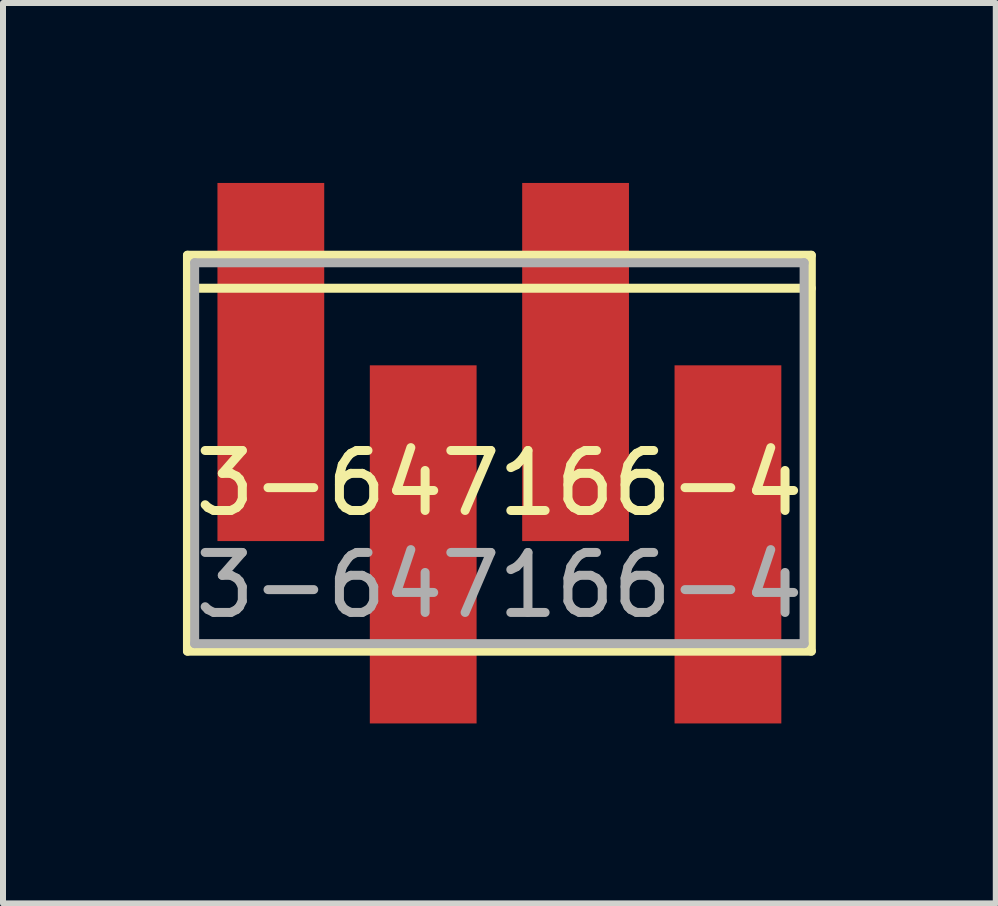
<source format=kicad_pcb>
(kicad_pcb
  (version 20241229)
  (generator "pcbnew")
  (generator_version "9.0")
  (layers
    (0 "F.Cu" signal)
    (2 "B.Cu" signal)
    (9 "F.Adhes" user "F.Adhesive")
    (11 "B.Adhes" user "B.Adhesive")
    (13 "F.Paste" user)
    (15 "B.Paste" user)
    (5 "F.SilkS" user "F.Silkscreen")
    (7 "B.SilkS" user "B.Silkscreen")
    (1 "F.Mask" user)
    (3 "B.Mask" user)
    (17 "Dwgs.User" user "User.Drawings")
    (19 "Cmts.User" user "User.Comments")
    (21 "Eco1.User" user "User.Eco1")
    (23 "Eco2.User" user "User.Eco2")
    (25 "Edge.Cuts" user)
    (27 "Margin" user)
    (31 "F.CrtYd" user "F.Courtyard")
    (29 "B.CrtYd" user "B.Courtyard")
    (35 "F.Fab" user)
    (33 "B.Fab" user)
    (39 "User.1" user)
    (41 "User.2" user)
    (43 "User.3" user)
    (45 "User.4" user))
  (footprint "3-647166-4"
    (layer "F.Cu")
    (at 5.275 4.505)
    (property "Reference" "3-647166-4" (at 0 0.5 0) (layer "F.SilkS") (effects (font (size 1 1) (thickness 0.15))))
    (attr through_hole)
    (fp_line (start -5.2 -3.3) (end 5.2 -3.3) (stroke (width 0.15) (type solid)) (layer "F.SilkS"))
    (fp_line (start -5.2 3.3) (end -5.2 -3.3) (stroke (width 0.15) (type solid)) (layer "F.SilkS"))
    (fp_line (start 5.2 -3.3) (end 5.2 3.3) (stroke (width 0.15) (type solid)) (layer "F.SilkS"))
    (fp_line (start 5.2 -2.75) (end -5.2 -2.75) (stroke (width 0.15) (type solid)) (layer "F.SilkS"))
    (fp_line (start 5.2 3.3) (end -5.2 3.3) (stroke (width 0.15) (type solid)) (layer "F.SilkS"))
    (fp_line (start -5.08 -3.175) (end 5.08 -3.175) (stroke (width 0.15) (type solid)) (layer "F.Fab"))
    (fp_line (start -5.08 3.175) (end -5.08 -3.175) (stroke (width 0.15) (type solid)) (layer "F.Fab"))
    (fp_line (start 5.08 -3.175) (end 5.08 3.175) (stroke (width 0.15) (type solid)) (layer "F.Fab"))
    (fp_line (start 5.08 3.175) (end -5.08 3.175) (stroke (width 0.15) (type solid)) (layer "F.Fab"))
    (fp_text user "${REFERENCE}" (at 0 2.2 0) (layer "F.Fab") (effects (font (size 1 1) (thickness 0.15))))
    (pad "1" smd rect (at 3.81 1.52) (size 1.78 5.97) (layers "F.Cu" "F.Mask" "F.Paste"))
    (pad "2" smd rect (at 1.27 -1.52) (size 1.78 5.97) (layers "F.Cu" "F.Mask" "F.Paste"))
    (pad "3" smd rect (at -1.27 1.52) (size 1.78 5.97) (layers "F.Cu" "F.Mask" "F.Paste"))
    (pad "4" smd rect (at -3.81 -1.52) (size 1.78 5.97) (layers "F.Cu" "F.Mask" "F.Paste")))
  (gr_rect
    (start -3 -3)
    (end 13.55 12.01)
    (stroke (width 0.1) (type default))
    (fill no)
    (layer "Edge.Cuts")))
</source>
